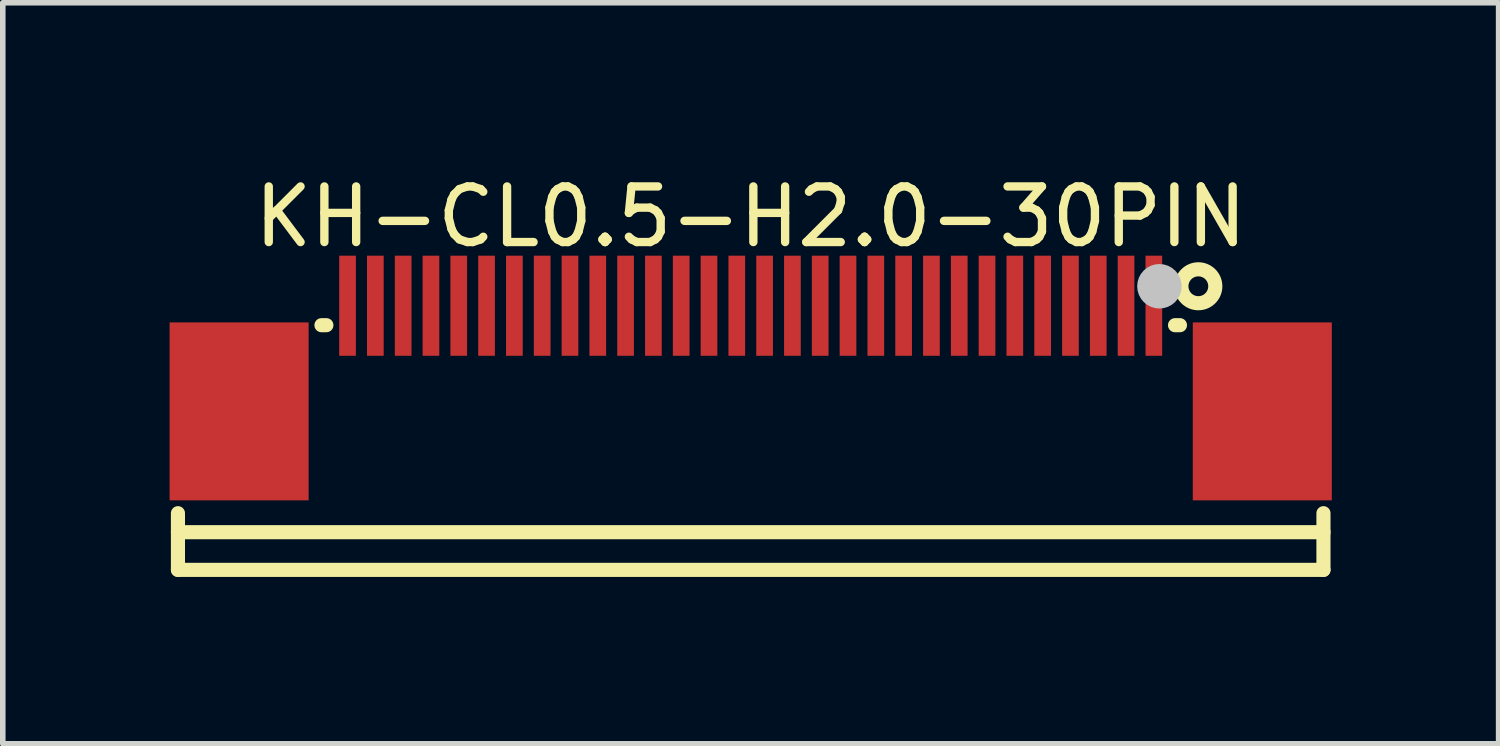
<source format=kicad_pcb>
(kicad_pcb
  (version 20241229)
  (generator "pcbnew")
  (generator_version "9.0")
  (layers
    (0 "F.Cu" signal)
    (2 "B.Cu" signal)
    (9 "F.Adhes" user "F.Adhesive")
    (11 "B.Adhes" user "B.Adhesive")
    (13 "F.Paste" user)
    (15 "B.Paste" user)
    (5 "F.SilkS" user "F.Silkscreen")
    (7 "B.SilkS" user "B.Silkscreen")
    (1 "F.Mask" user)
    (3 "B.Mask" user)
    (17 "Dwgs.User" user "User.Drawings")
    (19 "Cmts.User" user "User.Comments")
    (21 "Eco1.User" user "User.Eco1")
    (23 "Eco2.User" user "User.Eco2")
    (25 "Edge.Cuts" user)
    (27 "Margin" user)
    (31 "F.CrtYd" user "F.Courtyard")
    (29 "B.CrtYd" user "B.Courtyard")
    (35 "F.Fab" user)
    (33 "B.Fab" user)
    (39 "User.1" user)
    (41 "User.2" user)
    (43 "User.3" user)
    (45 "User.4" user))
  (footprint "KH-CL0.5-H2.0-30PIN"
    (layer "F.Cu")
    (at 10.45 3.398)
    (property "Reference" "KH-CL0.5-H2.0-30PIN" (at 0 -2.55 0) (layer "F.SilkS") (effects (font (size 1 1) (thickness 0.15))))
    (fp_line (start -10.3 2.781) (end -10.3 3.8) (stroke (width 0.254) (type default)) (layer "F.SilkS"))
    (fp_line (start -10.3 3.8) (end 10.3 3.8) (stroke (width 0.254) (type default)) (layer "F.SilkS"))
    (fp_line (start -7.719 -0.6) (end -7.631 -0.6) (stroke (width 0.254) (type default)) (layer "F.SilkS"))
    (fp_line (start 7.631 -0.6) (end 7.719 -0.6) (stroke (width 0.254) (type default)) (layer "F.SilkS"))
    (fp_line (start 10.3 3.123) (end -10.3 3.123) (stroke (width 0.254) (type default)) (layer "F.SilkS"))
    (fp_line (start 10.3 3.8) (end 10.3 2.781) (stroke (width 0.254) (type default)) (layer "F.SilkS"))
    (fp_circle (center 8.05 -1.3) (end 8.355 -1.3) (stroke (width 0.254) (type default)) (fill no) (layer "F.SilkS"))
    (fp_circle (center 7.35 -1.3) (end 7.55 -1.3) (stroke (width 0.4) (type default)) (fill no) (layer "Dwgs.User"))
    (fp_poly (pts (xy -8.275 2.514) (xy -10.125 2.514) (xy -10.125 -0.336) (xy -8.275 -0.336)) (stroke (width 0.1) (type default)) (fill no) (layer "User.1"))
    (fp_poly (pts (xy -7.15 -0.486) (xy -7.35 -0.486) (xy -7.35 -1.386) (xy -7.15 -1.386)) (stroke (width 0.1) (type default)) (fill no) (layer "User.1"))
    (fp_poly (pts (xy -6.65 -0.486) (xy -6.85 -0.486) (xy -6.85 -1.386) (xy -6.65 -1.386)) (stroke (width 0.1) (type default)) (fill no) (layer "User.1"))
    (fp_poly (pts (xy -6.15 -0.486) (xy -6.35 -0.486) (xy -6.35 -1.386) (xy -6.15 -1.386)) (stroke (width 0.1) (type default)) (fill no) (layer "User.1"))
    (fp_poly (pts (xy -5.65 -0.486) (xy -5.85 -0.486) (xy -5.85 -1.386) (xy -5.65 -1.386)) (stroke (width 0.1) (type default)) (fill no) (layer "User.1"))
    (fp_poly (pts (xy -5.15 -0.486) (xy -5.35 -0.486) (xy -5.35 -1.386) (xy -5.15 -1.386)) (stroke (width 0.1) (type default)) (fill no) (layer "User.1"))
    (fp_poly (pts (xy -4.65 -0.486) (xy -4.85 -0.486) (xy -4.85 -1.386) (xy -4.65 -1.386)) (stroke (width 0.1) (type default)) (fill no) (layer "User.1"))
    (fp_poly (pts (xy -4.15 -0.486) (xy -4.35 -0.486) (xy -4.35 -1.386) (xy -4.15 -1.386)) (stroke (width 0.1) (type default)) (fill no) (layer "User.1"))
    (fp_poly (pts (xy -3.65 -0.486) (xy -3.85 -0.486) (xy -3.85 -1.386) (xy -3.65 -1.386)) (stroke (width 0.1) (type default)) (fill no) (layer "User.1"))
    (fp_poly (pts (xy -3.15 -0.486) (xy -3.35 -0.486) (xy -3.35 -1.386) (xy -3.15 -1.386)) (stroke (width 0.1) (type default)) (fill no) (layer "User.1"))
    (fp_poly (pts (xy -2.65 -0.486) (xy -2.85 -0.486) (xy -2.85 -1.386) (xy -2.65 -1.386)) (stroke (width 0.1) (type default)) (fill no) (layer "User.1"))
    (fp_poly (pts (xy -2.15 -0.486) (xy -2.35 -0.486) (xy -2.35 -1.386) (xy -2.15 -1.386)) (stroke (width 0.1) (type default)) (fill no) (layer "User.1"))
    (fp_poly (pts (xy -1.65 -0.486) (xy -1.85 -0.486) (xy -1.85 -1.386) (xy -1.65 -1.386)) (stroke (width 0.1) (type default)) (fill no) (layer "User.1"))
    (fp_poly (pts (xy -1.15 -0.486) (xy -1.35 -0.486) (xy -1.35 -1.386) (xy -1.15 -1.386)) (stroke (width 0.1) (type default)) (fill no) (layer "User.1"))
    (fp_poly (pts (xy -0.65 -0.486) (xy -0.85 -0.486) (xy -0.85 -1.386) (xy -0.65 -1.386)) (stroke (width 0.1) (type default)) (fill no) (layer "User.1"))
    (fp_poly (pts (xy -0.15 -0.486) (xy -0.35 -0.486) (xy -0.35 -1.386) (xy -0.15 -1.386)) (stroke (width 0.1) (type default)) (fill no) (layer "User.1"))
    (fp_poly (pts (xy 0.35 -0.486) (xy 0.15 -0.486) (xy 0.15 -1.386) (xy 0.35 -1.386)) (stroke (width 0.1) (type default)) (fill no) (layer "User.1"))
    (fp_poly (pts (xy 0.85 -0.486) (xy 0.65 -0.486) (xy 0.65 -1.386) (xy 0.85 -1.386)) (stroke (width 0.1) (type default)) (fill no) (layer "User.1"))
    (fp_poly (pts (xy 1.35 -0.486) (xy 1.15 -0.486) (xy 1.15 -1.386) (xy 1.35 -1.386)) (stroke (width 0.1) (type default)) (fill no) (layer "User.1"))
    (fp_poly (pts (xy 1.85 -0.486) (xy 1.65 -0.486) (xy 1.65 -1.386) (xy 1.85 -1.386)) (stroke (width 0.1) (type default)) (fill no) (layer "User.1"))
    (fp_poly (pts (xy 2.35 -0.486) (xy 2.15 -0.486) (xy 2.15 -1.386) (xy 2.35 -1.386)) (stroke (width 0.1) (type default)) (fill no) (layer "User.1"))
    (fp_poly (pts (xy 2.85 -0.486) (xy 2.65 -0.486) (xy 2.65 -1.386) (xy 2.85 -1.386)) (stroke (width 0.1) (type default)) (fill no) (layer "User.1"))
    (fp_poly (pts (xy 3.35 -0.486) (xy 3.15 -0.486) (xy 3.15 -1.386) (xy 3.35 -1.386)) (stroke (width 0.1) (type default)) (fill no) (layer "User.1"))
    (fp_poly (pts (xy 3.85 -0.486) (xy 3.65 -0.486) (xy 3.65 -1.386) (xy 3.85 -1.386)) (stroke (width 0.1) (type default)) (fill no) (layer "User.1"))
    (fp_poly (pts (xy 4.35 -0.486) (xy 4.15 -0.486) (xy 4.15 -1.386) (xy 4.35 -1.386)) (stroke (width 0.1) (type default)) (fill no) (layer "User.1"))
    (fp_poly (pts (xy 4.85 -0.486) (xy 4.65 -0.486) (xy 4.65 -1.386) (xy 4.85 -1.386)) (stroke (width 0.1) (type default)) (fill no) (layer "User.1"))
    (fp_poly (pts (xy 5.35 -0.486) (xy 5.15 -0.486) (xy 5.15 -1.386) (xy 5.35 -1.386)) (stroke (width 0.1) (type default)) (fill no) (layer "User.1"))
    (fp_poly (pts (xy 5.85 -0.486) (xy 5.65 -0.486) (xy 5.65 -1.386) (xy 5.85 -1.386)) (stroke (width 0.1) (type default)) (fill no) (layer "User.1"))
    (fp_poly (pts (xy 6.35 -0.486) (xy 6.15 -0.486) (xy 6.15 -1.386) (xy 6.35 -1.386)) (stroke (width 0.1) (type default)) (fill no) (layer "User.1"))
    (fp_poly (pts (xy 6.85 -0.486) (xy 6.65 -0.486) (xy 6.65 -1.386) (xy 6.85 -1.386)) (stroke (width 0.1) (type default)) (fill no) (layer "User.1"))
    (fp_poly (pts (xy 7.35 -0.486) (xy 7.15 -0.486) (xy 7.15 -1.386) (xy 7.35 -1.386)) (stroke (width 0.1) (type default)) (fill no) (layer "User.1"))
    (fp_poly (pts (xy 10.125 2.514) (xy 8.275 2.514) (xy 8.275 -0.336) (xy 10.125 -0.336)) (stroke (width 0.1) (type default)) (fill no) (layer "User.1"))
    (fp_line (start -10.3 -0.586) (end 10.3 -0.586) (stroke (width 0.051) (type default)) (layer "User.2"))
    (fp_line (start -10.3 3.814) (end -10.3 -0.586) (stroke (width 0.051) (type default)) (layer "User.2"))
    (fp_line (start 10.3 -0.586) (end 10.3 3.814) (stroke (width 0.051) (type default)) (layer "User.2"))
    (fp_line (start 10.3 3.814) (end -10.3 3.814) (stroke (width 0.051) (type default)) (layer "User.2"))
    (fp_poly (pts (xy 10.355 -1.409) (xy 10.323 -1.441) (xy 10.277 -1.441) (xy 10.245 -1.409) (xy 10.245 -1.363) (xy 10.277 -1.331) (xy 10.323 -1.331) (xy 10.355 -1.363)) (stroke (width 0.1) (type default)) (fill no) (layer "User.3"))
    (pad "1" smd rect (at 7.25 -0.95 180) (size 0.3 1.8) (layers "F.Cu" "F.Mask" "F.Paste"))
    (pad "2" smd rect (at 6.75 -0.95 180) (size 0.3 1.8) (layers "F.Cu" "F.Mask" "F.Paste"))
    (pad "3" smd rect (at 6.25 -0.95 180) (size 0.3 1.8) (layers "F.Cu" "F.Mask" "F.Paste"))
    (pad "4" smd rect (at 5.75 -0.95 180) (size 0.3 1.8) (layers "F.Cu" "F.Mask" "F.Paste"))
    (pad "5" smd rect (at 5.25 -0.95 180) (size 0.3 1.8) (layers "F.Cu" "F.Mask" "F.Paste"))
    (pad "6" smd rect (at 4.75 -0.95 180) (size 0.3 1.8) (layers "F.Cu" "F.Mask" "F.Paste"))
    (pad "7" smd rect (at 4.25 -0.95 180) (size 0.3 1.8) (layers "F.Cu" "F.Mask" "F.Paste"))
    (pad "8" smd rect (at 3.75 -0.95 180) (size 0.3 1.8) (layers "F.Cu" "F.Mask" "F.Paste"))
    (pad "9" smd rect (at 3.25 -0.95 180) (size 0.3 1.8) (layers "F.Cu" "F.Mask" "F.Paste"))
    (pad "10" smd rect (at 2.75 -0.95 180) (size 0.3 1.8) (layers "F.Cu" "F.Mask" "F.Paste"))
    (pad "11" smd rect (at 2.25 -0.95 180) (size 0.3 1.8) (layers "F.Cu" "F.Mask" "F.Paste"))
    (pad "12" smd rect (at 1.75 -0.95 180) (size 0.3 1.8) (layers "F.Cu" "F.Mask" "F.Paste"))
    (pad "13" smd rect (at 1.25 -0.95 180) (size 0.3 1.8) (layers "F.Cu" "F.Mask" "F.Paste"))
    (pad "14" smd rect (at 0.75 -0.95 180) (size 0.3 1.8) (layers "F.Cu" "F.Mask" "F.Paste"))
    (pad "15" smd rect (at 0.25 -0.95 180) (size 0.3 1.8) (layers "F.Cu" "F.Mask" "F.Paste"))
    (pad "16" smd rect (at -0.25 -0.95 180) (size 0.3 1.8) (layers "F.Cu" "F.Mask" "F.Paste"))
    (pad "17" smd rect (at -0.75 -0.95 180) (size 0.3 1.8) (layers "F.Cu" "F.Mask" "F.Paste"))
    (pad "18" smd rect (at -1.25 -0.95 180) (size 0.3 1.8) (layers "F.Cu" "F.Mask" "F.Paste"))
    (pad "19" smd rect (at -1.75 -0.95 180) (size 0.3 1.8) (layers "F.Cu" "F.Mask" "F.Paste"))
    (pad "20" smd rect (at -2.25 -0.95 180) (size 0.3 1.8) (layers "F.Cu" "F.Mask" "F.Paste"))
    (pad "21" smd rect (at -2.75 -0.95 180) (size 0.3 1.8) (layers "F.Cu" "F.Mask" "F.Paste"))
    (pad "22" smd rect (at -3.25 -0.95 180) (size 0.3 1.8) (layers "F.Cu" "F.Mask" "F.Paste"))
    (pad "23" smd rect (at -3.75 -0.95 180) (size 0.3 1.8) (layers "F.Cu" "F.Mask" "F.Paste"))
    (pad "24" smd rect (at -4.25 -0.95 180) (size 0.3 1.8) (layers "F.Cu" "F.Mask" "F.Paste"))
    (pad "25" smd rect (at -4.75 -0.95 180) (size 0.3 1.8) (layers "F.Cu" "F.Mask" "F.Paste"))
    (pad "26" smd rect (at -5.25 -0.95 180) (size 0.3 1.8) (layers "F.Cu" "F.Mask" "F.Paste"))
    (pad "27" smd rect (at -5.75 -0.95 180) (size 0.3 1.8) (layers "F.Cu" "F.Mask" "F.Paste"))
    (pad "28" smd rect (at -6.25 -0.95 180) (size 0.3 1.8) (layers "F.Cu" "F.Mask" "F.Paste"))
    (pad "29" smd rect (at -6.75 -0.95 180) (size 0.3 1.8) (layers "F.Cu" "F.Mask" "F.Paste"))
    (pad "30" smd rect (at -7.25 -0.95 180) (size 0.3 1.8) (layers "F.Cu" "F.Mask" "F.Paste"))
    (pad "31" smd rect (at -9.2 0.95 180) (size 2.5 3.2) (layers "F.Cu" "F.Mask" "F.Paste"))
    (pad "32" smd rect (at 9.2 0.95 180) (size 2.5 3.2) (layers "F.Cu" "F.Mask" "F.Paste")))
  (gr_rect
    (start -3 -3)
    (end 23.9 10.325)
    (stroke (width 0.1) (type default))
    (fill no)
    (layer "Edge.Cuts")))
</source>
